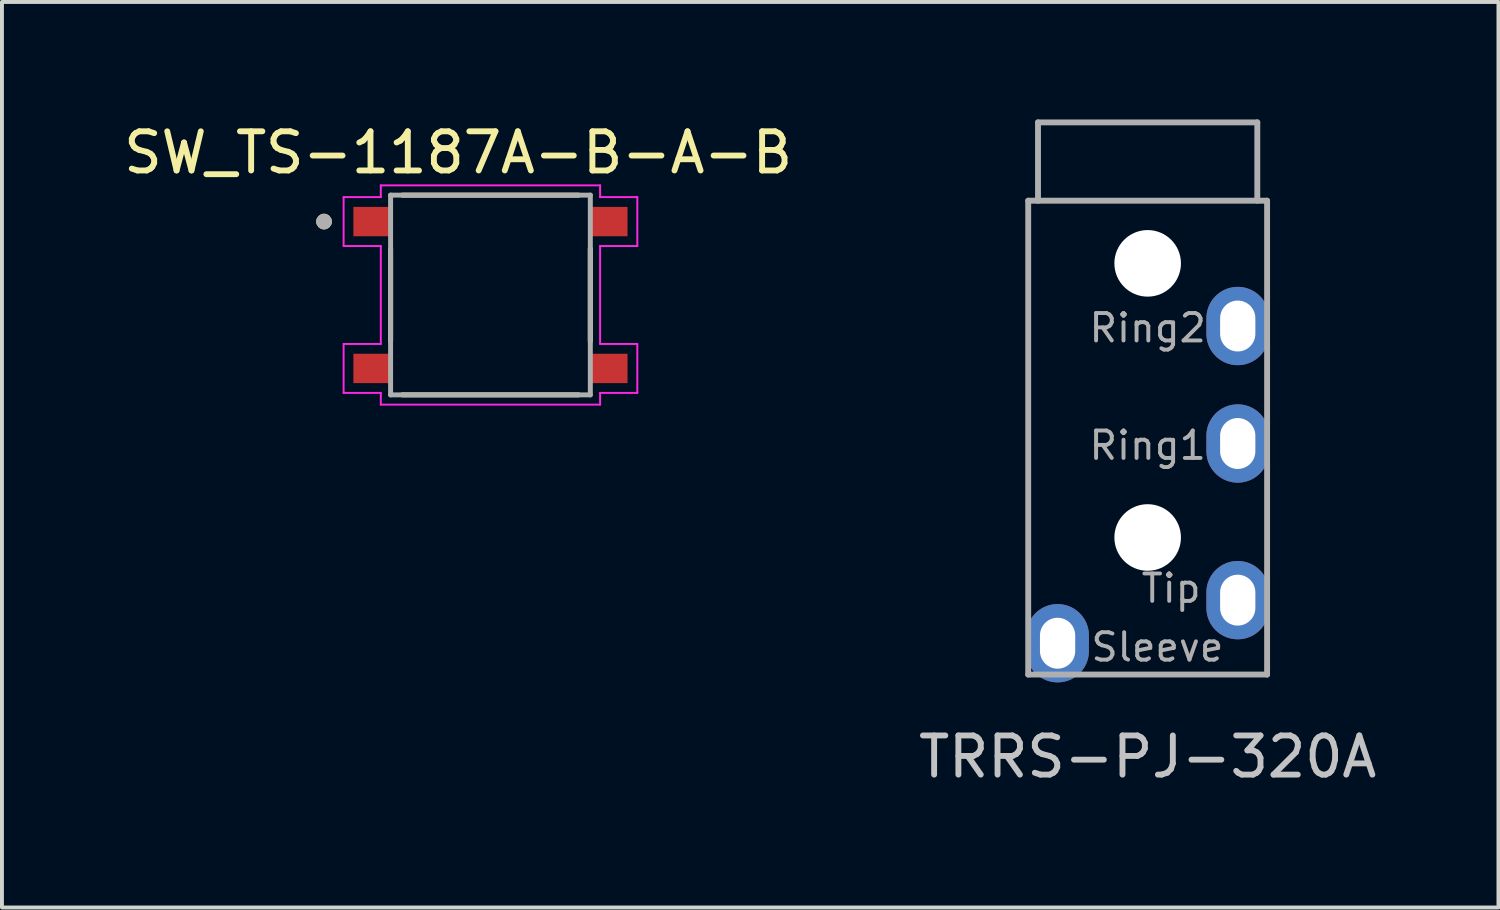
<source format=kicad_pcb>
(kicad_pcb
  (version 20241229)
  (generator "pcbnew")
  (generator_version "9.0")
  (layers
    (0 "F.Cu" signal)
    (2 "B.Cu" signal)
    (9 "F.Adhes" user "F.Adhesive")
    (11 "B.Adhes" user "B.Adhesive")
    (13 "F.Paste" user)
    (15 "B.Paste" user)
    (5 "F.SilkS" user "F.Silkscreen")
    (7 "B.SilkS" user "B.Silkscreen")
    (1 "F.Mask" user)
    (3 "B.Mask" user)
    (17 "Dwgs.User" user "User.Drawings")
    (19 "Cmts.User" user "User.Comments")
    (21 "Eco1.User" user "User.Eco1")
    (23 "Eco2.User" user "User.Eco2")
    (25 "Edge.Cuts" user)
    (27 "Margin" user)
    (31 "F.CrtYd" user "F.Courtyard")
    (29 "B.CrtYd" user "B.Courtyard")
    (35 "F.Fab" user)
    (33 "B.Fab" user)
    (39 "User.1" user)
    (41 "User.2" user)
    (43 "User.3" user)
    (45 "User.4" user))
  (footprint "SW_TS-1187A-B-A-B"
    (layer "F.Cu")
    (at 9.474 4.483)
    (property "Reference" "SW_TS-1187A-B-A-B" (at -0.825 -3.635 0) (layer "F.SilkS") (effects (font (size 1 1) (thickness 0.15))))
    (attr smd)
    (fp_line (start -2.55 -1.18) (end -2.55 1.18) (stroke (width 0.127) (type solid)) (layer "F.SilkS"))
    (fp_line (start 2.25 -2.55) (end -2.25 -2.55) (stroke (width 0.127) (type solid)) (layer "F.SilkS"))
    (fp_line (start 2.25 2.55) (end -2.25 2.55) (stroke (width 0.127) (type solid)) (layer "F.SilkS"))
    (fp_line (start 2.55 1.18) (end 2.55 -1.18) (stroke (width 0.127) (type solid)) (layer "F.SilkS"))
    (fp_circle (center -4.25 -1.875) (end -4.15 -1.875) (stroke (width 0.2) (type solid)) (fill no) (layer "F.SilkS"))
    (fp_line (start -3.75 -2.5) (end -3.75 -1.25) (stroke (width 0.05) (type solid)) (layer "F.CrtYd"))
    (fp_line (start -3.75 -2.5) (end -2.8 -2.5) (stroke (width 0.05) (type solid)) (layer "F.CrtYd"))
    (fp_line (start -3.75 -1.25) (end -2.8 -1.25) (stroke (width 0.05) (type solid)) (layer "F.CrtYd"))
    (fp_line (start -3.75 1.25) (end -2.8 1.25) (stroke (width 0.05) (type solid)) (layer "F.CrtYd"))
    (fp_line (start -3.75 2.5) (end -3.75 1.25) (stroke (width 0.05) (type solid)) (layer "F.CrtYd"))
    (fp_line (start -3.75 2.5) (end -2.8 2.5) (stroke (width 0.05) (type solid)) (layer "F.CrtYd"))
    (fp_line (start -2.8 -2.8) (end -2.8 -2.5) (stroke (width 0.05) (type solid)) (layer "F.CrtYd"))
    (fp_line (start -2.8 -1.25) (end -2.8 1.25) (stroke (width 0.05) (type solid)) (layer "F.CrtYd"))
    (fp_line (start -2.8 2.8) (end -2.8 2.5) (stroke (width 0.05) (type solid)) (layer "F.CrtYd"))
    (fp_line (start -2.8 2.8) (end 2.8 2.8) (stroke (width 0.05) (type solid)) (layer "F.CrtYd"))
    (fp_line (start 2.8 -2.8) (end -2.8 -2.8) (stroke (width 0.05) (type solid)) (layer "F.CrtYd"))
    (fp_line (start 2.8 -2.8) (end 2.8 -2.5) (stroke (width 0.05) (type solid)) (layer "F.CrtYd"))
    (fp_line (start 2.8 -1.25) (end 2.8 1.25) (stroke (width 0.05) (type solid)) (layer "F.CrtYd"))
    (fp_line (start 2.8 2.8) (end 2.8 2.5) (stroke (width 0.05) (type solid)) (layer "F.CrtYd"))
    (fp_line (start 3.75 -2.5) (end 2.8 -2.5) (stroke (width 0.05) (type solid)) (layer "F.CrtYd"))
    (fp_line (start 3.75 -2.5) (end 3.75 -1.25) (stroke (width 0.05) (type solid)) (layer "F.CrtYd"))
    (fp_line (start 3.75 -1.25) (end 2.8 -1.25) (stroke (width 0.05) (type solid)) (layer "F.CrtYd"))
    (fp_line (start 3.75 1.25) (end 2.8 1.25) (stroke (width 0.05) (type solid)) (layer "F.CrtYd"))
    (fp_line (start 3.75 2.5) (end 2.8 2.5) (stroke (width 0.05) (type solid)) (layer "F.CrtYd"))
    (fp_line (start 3.75 2.5) (end 3.75 1.25) (stroke (width 0.05) (type solid)) (layer "F.CrtYd"))
    (fp_line (start -2.55 -2.55) (end -2.55 2.55) (stroke (width 0.127) (type solid)) (layer "F.Fab"))
    (fp_line (start -2.55 2.55) (end 2.55 2.55) (stroke (width 0.127) (type solid)) (layer "F.Fab"))
    (fp_line (start 2.55 -2.55) (end -2.55 -2.55) (stroke (width 0.127) (type solid)) (layer "F.Fab"))
    (fp_line (start 2.55 2.55) (end 2.55 -2.55) (stroke (width 0.127) (type solid)) (layer "F.Fab"))
    (fp_circle (center -4.25 -1.875) (end -4.15 -1.875) (stroke (width 0.2) (type solid)) (fill no) (layer "F.Fab"))
    (pad "1" smd rect (at -3 -1.875) (size 1 0.75) (layers "F.Cu" "F.Mask" "F.Paste"))
    (pad "2" smd rect (at -3 1.875) (size 1 0.75) (layers "F.Cu" "F.Mask" "F.Paste"))
    (pad "3" smd rect (at 3 -1.875) (size 1 0.75) (layers "F.Cu" "F.Mask" "F.Paste"))
    (pad "4" smd rect (at 3 1.875) (size 1 0.75) (layers "F.Cu" "F.Mask" "F.Paste")))
  (footprint "TRRS-PJ-320A"
    (layer "F.Cu")
    (at 26.256 2.075)
    (property "Reference" "TRRS-PJ-320A" (at 0 14.2 0) (layer "Dwgs.User") (effects (font (size 1 1) (thickness 0.15))))
    (attr through_hole)
    (fp_line (start -3.05 0) (end -3.05 12.1) (stroke (width 0.15) (type solid)) (layer "F.Fab"))
    (fp_line (start -2.8 0) (end -2.8 -2) (stroke (width 0.15) (type solid)) (layer "F.Fab"))
    (fp_line (start 2.8 -2) (end -2.8 -2) (stroke (width 0.15) (type solid)) (layer "F.Fab"))
    (fp_line (start 2.8 0) (end 2.8 -2) (stroke (width 0.15) (type solid)) (layer "F.Fab"))
    (fp_line (start 3.05 0) (end -3.05 0) (stroke (width 0.15) (type solid)) (layer "F.Fab"))
    (fp_line (start 3.05 0) (end 3.05 12.1) (stroke (width 0.15) (type solid)) (layer "F.Fab"))
    (fp_line (start 3.05 12.1) (end -3.05 12.1) (stroke (width 0.15) (type solid)) (layer "F.Fab"))
    (fp_text user "Ring1" (at 0 6.25 0) (layer "F.Fab") (effects (font (size 0.7 0.7) (thickness 0.1))))
    (fp_text user "Ring2" (at 0 3.25 0) (layer "F.Fab") (effects (font (size 0.7 0.7) (thickness 0.1))))
    (fp_text user "Sleeve" (at 0.25 11.4 0) (layer "F.Fab") (effects (font (size 0.7 0.7) (thickness 0.1))))
    (fp_text user "Tip" (at 0.6 9.9 0) (layer "F.Fab") (effects (font (size 0.7 0.7) (thickness 0.1))))
    (pad "" np_thru_hole circle (at 0 1.6) (size 1.7 1.7) (drill 1.7) (layers "*.Cu" "*.Mask"))
    (pad "" np_thru_hole circle (at 0 8.6) (size 1.7 1.7) (drill 1.7) (layers "*.Cu" "*.Mask"))
    (pad "R1" thru_hole oval (at 2.3 6.2) (size 1.6 2) (drill oval 0.9 1.3) (layers "*.Cu" "*.Mask"))
    (pad "R2" thru_hole oval (at 2.3 3.2) (size 1.6 2) (drill oval 0.9 1.3) (layers "*.Cu" "*.Mask"))
    (pad "S" thru_hole oval (at -2.3 11.3) (size 1.6 2) (drill oval 0.9 1.3) (layers "*.Cu" "*.Mask"))
    (pad "T" thru_hole oval (at 2.3 10.2) (size 1.6 2) (drill oval 0.9 1.3) (layers "*.Cu" "*.Mask")))
  (gr_rect
    (start -3 -3)
    (end 35.214 20.123)
    (stroke (width 0.1) (type default))
    (fill no)
    (layer "Edge.Cuts")))
</source>
